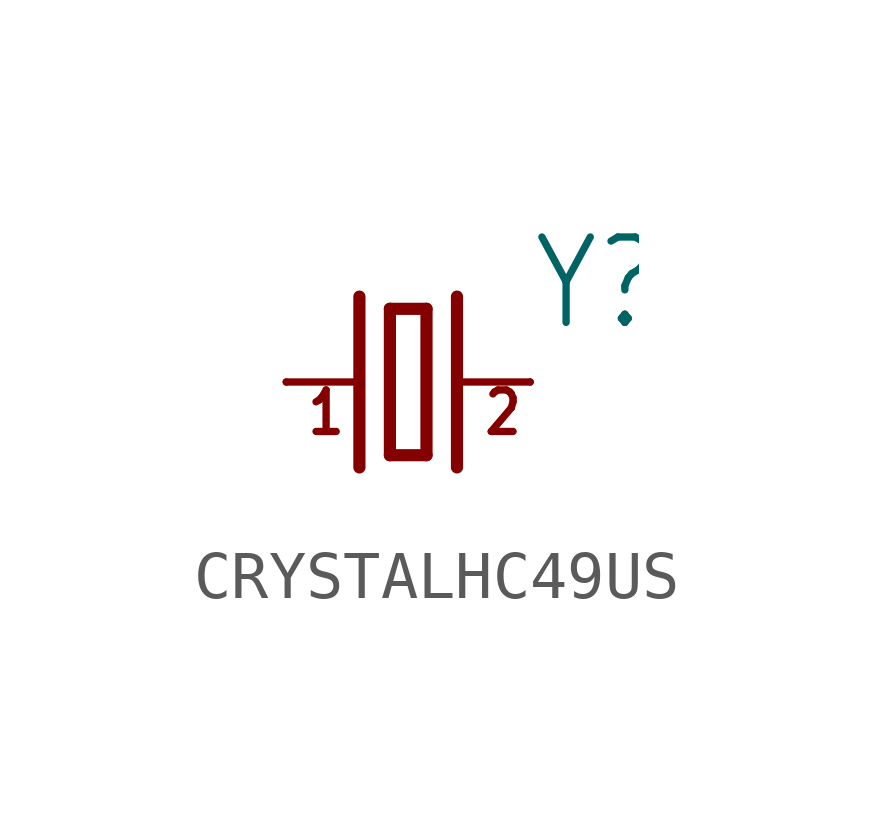
<source format=kicad_sym>
(kicad_symbol_lib
  (version 20241209)
  (generator "kicad_symbol_editor")
  (generator_version "9.0")
  (symbol "CRYSTALHC49US"
    (property "Reference" "Y"
      (at 2.54 1.016 0)
      (effects (font (size 1.778 1.511)) (justify left bottom)))
    (property "Value" ""
      (at 2.54 -2.54 0)
      (effects (font (size 1.778 1.511)) (justify left bottom)))
    (property "ki_locked" ""
      (at 0 0 0)
      (effects (font (size 1.27 1.27))))
    (symbol "CRYSTALHC49US_1_0"
      (polyline (pts (xy -2.54 0) (xy -1.016 0)) (stroke (width 0.152) (type solid)) (fill (type none)))
      (polyline (pts (xy -1.016 1.778) (xy -1.016 -1.778)) (stroke (width 0.254) (type solid)) (fill (type none)))
      (polyline (pts (xy -0.381 1.524) (xy -0.381 -1.524)) (stroke (width 0.254) (type solid)) (fill (type none)))
      (polyline (pts (xy -0.381 -1.524) (xy 0.381 -1.524)) (stroke (width 0.254) (type solid)) (fill (type none)))
      (polyline (pts (xy 0.381 1.524) (xy -0.381 1.524)) (stroke (width 0.254) (type solid)) (fill (type none)))
      (polyline (pts (xy 0.381 -1.524) (xy 0.381 1.524)) (stroke (width 0.254) (type solid)) (fill (type none)))
      (polyline (pts (xy 1.016 1.778) (xy 1.016 -1.778)) (stroke (width 0.254) (type solid)) (fill (type none)))
      (polyline (pts (xy 1.016 0) (xy 2.54 0)) (stroke (width 0.152) (type solid)) (fill (type none)))
      (text "1" (at -2.159 -1.143 0) (effects (font (size 0.864 0.734)) (justify left bottom)))
      (text "2" (at 1.524 -1.143 0) (effects (font (size 0.864 0.734)) (justify left bottom)))
      (pin passive line (at -2.54 0 0) (length 0) (name "1" (effects (font (size 0 0)))) (number "1" (effects (font (size 0 0)))))
      (pin passive line (at 2.54 0 180) (length 0) (name "2" (effects (font (size 0 0)))) (number "2" (effects (font (size 0 0))))))))
</source>
